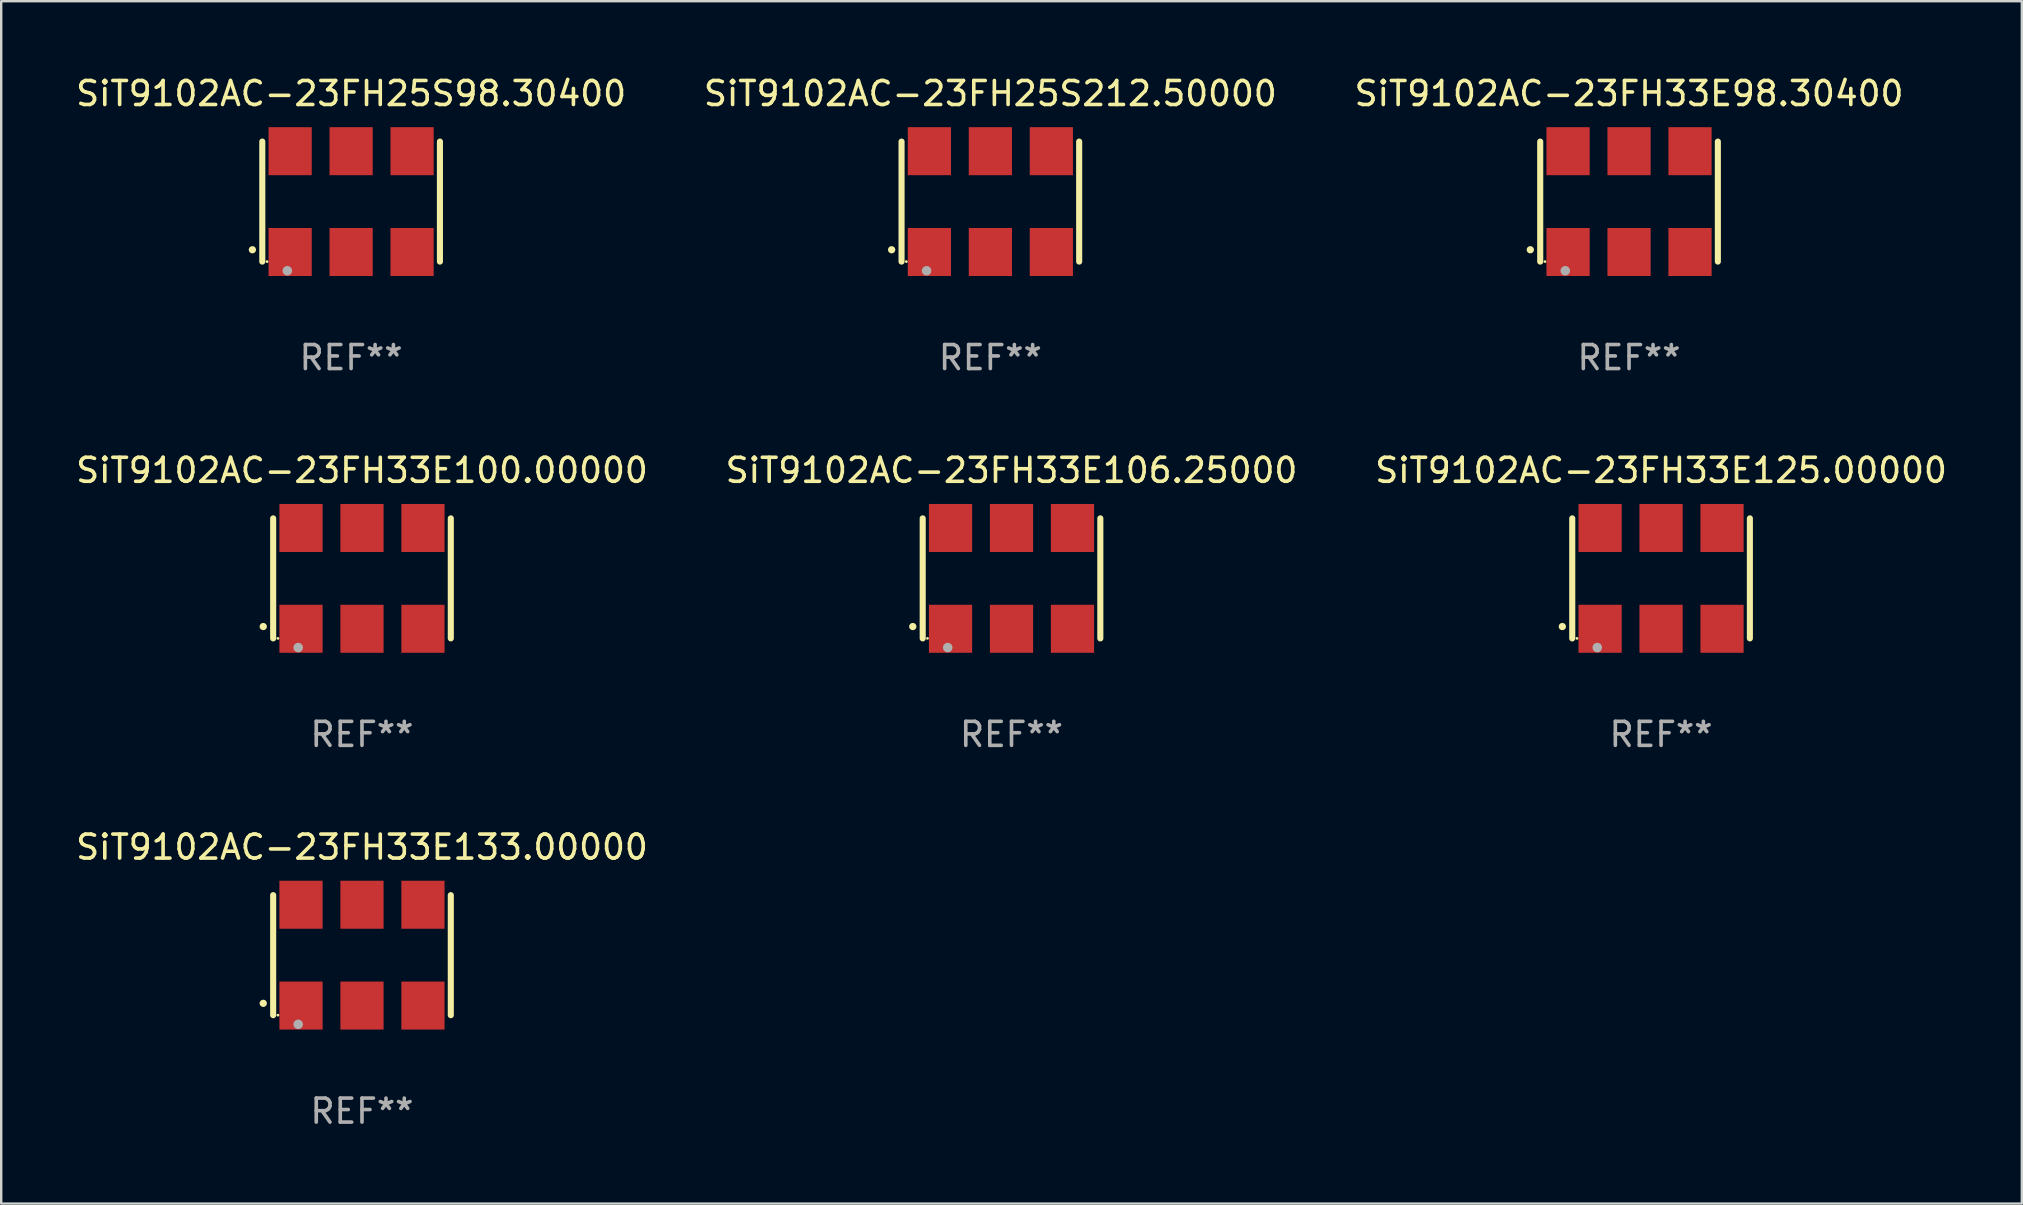
<source format=kicad_pcb>
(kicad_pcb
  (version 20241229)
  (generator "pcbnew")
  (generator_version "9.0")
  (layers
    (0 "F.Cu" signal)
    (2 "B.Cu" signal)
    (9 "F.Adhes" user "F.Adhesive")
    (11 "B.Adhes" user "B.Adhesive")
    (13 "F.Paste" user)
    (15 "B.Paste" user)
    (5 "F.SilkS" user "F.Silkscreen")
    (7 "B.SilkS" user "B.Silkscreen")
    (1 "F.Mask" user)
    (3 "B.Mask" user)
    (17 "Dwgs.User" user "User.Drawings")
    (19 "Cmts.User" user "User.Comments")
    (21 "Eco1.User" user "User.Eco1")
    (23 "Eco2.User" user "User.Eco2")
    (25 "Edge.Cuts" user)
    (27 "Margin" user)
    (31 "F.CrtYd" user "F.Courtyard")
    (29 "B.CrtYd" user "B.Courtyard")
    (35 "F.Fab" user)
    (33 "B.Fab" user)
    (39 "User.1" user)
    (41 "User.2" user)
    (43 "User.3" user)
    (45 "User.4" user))
  (footprint "SiT9102AC-23FH33E125.00000"
    (layer "F.Cu")
    (at 66.149 21.045)
    (property "Reference" "SiT9102AC-23FH33E125.00000" (at 0 -4.5 0) (layer "F.SilkS") (effects (font (size 1 1) (thickness 0.15))))
    (attr through_hole)
    (fp_line (start -3.7 -2.5) (end -3.7 2.5) (stroke (width 0.254) (type solid)) (layer "F.SilkS"))
    (fp_line (start 3.7 -2.5) (end 3.7 2.5) (stroke (width 0.254) (type solid)) (layer "F.SilkS"))
    (fp_arc (start -4.114415 2.006604) (mid -4.113145 2.006599) (end -4.111875 2.006604) (stroke (width 0.3) (type solid)) (layer "F.SilkS"))
    (fp_circle (center -3.502 2.5) (end -3.472 2.5) (stroke (width 0.06) (type solid)) (fill no) (layer "F.SilkS"))
    (fp_circle (center -2.657 2.882) (end -2.557 2.882) (stroke (width 0.2) (type solid)) (fill no) (layer "F.Fab"))
    (fp_text user "REF**" (at 0 6.5 0) (layer "F.Fab") (effects (font (size 1 1) (thickness 0.15))))
    (pad "1" smd rect (at -2.54 2.1) (size 1.8 2) (layers "F.Cu" "F.Mask" "F.Paste"))
    (pad "2" smd rect (at 0.000394 2.1) (size 1.8 2) (layers "F.Cu" "F.Mask" "F.Paste"))
    (pad "3" smd rect (at 2.54 2.1) (size 1.8 2) (layers "F.Cu" "F.Mask" "F.Paste"))
    (pad "4" smd rect (at 2.54 -2.1) (size 1.8 2) (layers "F.Cu" "F.Mask" "F.Paste"))
    (pad "5" smd rect (at 0.000394 -2.1) (size 1.8 2) (layers "F.Cu" "F.Mask" "F.Paste"))
    (pad "6" smd rect (at -2.54 -2.1) (size 1.8 2) (layers "F.Cu" "F.Mask" "F.Paste")))
  (footprint "SiT9102AC-23FH25S212.50000"
    (layer "F.Cu")
    (at 38.208 5.348)
    (property "Reference" "SiT9102AC-23FH25S212.50000" (at 0 -4.5 0) (layer "F.SilkS") (effects (font (size 1 1) (thickness 0.15))))
    (attr through_hole)
    (fp_line (start -3.7 -2.5) (end -3.7 2.5) (stroke (width 0.254) (type solid)) (layer "F.SilkS"))
    (fp_line (start 3.7 -2.5) (end 3.7 2.5) (stroke (width 0.254) (type solid)) (layer "F.SilkS"))
    (fp_arc (start -4.114415 2.006604) (mid -4.113145 2.006599) (end -4.111875 2.006604) (stroke (width 0.3) (type solid)) (layer "F.SilkS"))
    (fp_circle (center -3.502 2.5) (end -3.472 2.5) (stroke (width 0.06) (type solid)) (fill no) (layer "F.SilkS"))
    (fp_circle (center -2.657 2.882) (end -2.557 2.882) (stroke (width 0.2) (type solid)) (fill no) (layer "F.Fab"))
    (fp_text user "REF**" (at 0 6.5 0) (layer "F.Fab") (effects (font (size 1 1) (thickness 0.15))))
    (pad "1" smd rect (at -2.54 2.1) (size 1.8 2) (layers "F.Cu" "F.Mask" "F.Paste"))
    (pad "2" smd rect (at 0.000394 2.1) (size 1.8 2) (layers "F.Cu" "F.Mask" "F.Paste"))
    (pad "3" smd rect (at 2.54 2.1) (size 1.8 2) (layers "F.Cu" "F.Mask" "F.Paste"))
    (pad "4" smd rect (at 2.54 -2.1) (size 1.8 2) (layers "F.Cu" "F.Mask" "F.Paste"))
    (pad "5" smd rect (at 0.000394 -2.1) (size 1.8 2) (layers "F.Cu" "F.Mask" "F.Paste"))
    (pad "6" smd rect (at -2.54 -2.1) (size 1.8 2) (layers "F.Cu" "F.Mask" "F.Paste")))
  (footprint "SiT9102AC-23FH33E133.00000"
    (layer "F.Cu")
    (at 12.03 36.741)
    (property "Reference" "SiT9102AC-23FH33E133.00000" (at 0 -4.5 0) (layer "F.SilkS") (effects (font (size 1 1) (thickness 0.15))))
    (attr through_hole)
    (fp_line (start -3.7 -2.5) (end -3.7 2.5) (stroke (width 0.254) (type solid)) (layer "F.SilkS"))
    (fp_line (start 3.7 -2.5) (end 3.7 2.5) (stroke (width 0.254) (type solid)) (layer "F.SilkS"))
    (fp_arc (start -4.114415 2.006604) (mid -4.113145 2.006599) (end -4.111875 2.006604) (stroke (width 0.3) (type solid)) (layer "F.SilkS"))
    (fp_circle (center -3.502 2.5) (end -3.472 2.5) (stroke (width 0.06) (type solid)) (fill no) (layer "F.SilkS"))
    (fp_circle (center -2.657 2.882) (end -2.557 2.882) (stroke (width 0.2) (type solid)) (fill no) (layer "F.Fab"))
    (fp_text user "REF**" (at 0 6.5 0) (layer "F.Fab") (effects (font (size 1 1) (thickness 0.15))))
    (pad "1" smd rect (at -2.54 2.1) (size 1.8 2) (layers "F.Cu" "F.Mask" "F.Paste"))
    (pad "2" smd rect (at 0.000394 2.1) (size 1.8 2) (layers "F.Cu" "F.Mask" "F.Paste"))
    (pad "3" smd rect (at 2.54 2.1) (size 1.8 2) (layers "F.Cu" "F.Mask" "F.Paste"))
    (pad "4" smd rect (at 2.54 -2.1) (size 1.8 2) (layers "F.Cu" "F.Mask" "F.Paste"))
    (pad "5" smd rect (at 0.000394 -2.1) (size 1.8 2) (layers "F.Cu" "F.Mask" "F.Paste"))
    (pad "6" smd rect (at -2.54 -2.1) (size 1.8 2) (layers "F.Cu" "F.Mask" "F.Paste")))
  (footprint "SiT9102AC-23FH33E100.00000"
    (layer "F.Cu")
    (at 12.03 21.045)
    (property "Reference" "SiT9102AC-23FH33E100.00000" (at 0 -4.5 0) (layer "F.SilkS") (effects (font (size 1 1) (thickness 0.15))))
    (attr through_hole)
    (fp_line (start -3.7 -2.5) (end -3.7 2.5) (stroke (width 0.254) (type solid)) (layer "F.SilkS"))
    (fp_line (start 3.7 -2.5) (end 3.7 2.5) (stroke (width 0.254) (type solid)) (layer "F.SilkS"))
    (fp_arc (start -4.114415 2.006604) (mid -4.113145 2.006599) (end -4.111875 2.006604) (stroke (width 0.3) (type solid)) (layer "F.SilkS"))
    (fp_circle (center -3.502 2.5) (end -3.472 2.5) (stroke (width 0.06) (type solid)) (fill no) (layer "F.SilkS"))
    (fp_circle (center -2.657 2.882) (end -2.557 2.882) (stroke (width 0.2) (type solid)) (fill no) (layer "F.Fab"))
    (fp_text user "REF**" (at 0 6.5 0) (layer "F.Fab") (effects (font (size 1 1) (thickness 0.15))))
    (pad "1" smd rect (at -2.54 2.1) (size 1.8 2) (layers "F.Cu" "F.Mask" "F.Paste"))
    (pad "2" smd rect (at 0.000394 2.1) (size 1.8 2) (layers "F.Cu" "F.Mask" "F.Paste"))
    (pad "3" smd rect (at 2.54 2.1) (size 1.8 2) (layers "F.Cu" "F.Mask" "F.Paste"))
    (pad "4" smd rect (at 2.54 -2.1) (size 1.8 2) (layers "F.Cu" "F.Mask" "F.Paste"))
    (pad "5" smd rect (at 0.000394 -2.1) (size 1.8 2) (layers "F.Cu" "F.Mask" "F.Paste"))
    (pad "6" smd rect (at -2.54 -2.1) (size 1.8 2) (layers "F.Cu" "F.Mask" "F.Paste")))
  (footprint "SiT9102AC-23FH25S98.30400"
    (layer "F.Cu")
    (at 11.577 5.348)
    (property "Reference" "SiT9102AC-23FH25S98.30400" (at 0 -4.5 0) (layer "F.SilkS") (effects (font (size 1 1) (thickness 0.15))))
    (attr through_hole)
    (fp_line (start -3.7 -2.5) (end -3.7 2.5) (stroke (width 0.254) (type solid)) (layer "F.SilkS"))
    (fp_line (start 3.7 -2.5) (end 3.7 2.5) (stroke (width 0.254) (type solid)) (layer "F.SilkS"))
    (fp_arc (start -4.114415 2.006604) (mid -4.113145 2.006599) (end -4.111875 2.006604) (stroke (width 0.3) (type solid)) (layer "F.SilkS"))
    (fp_circle (center -3.502 2.5) (end -3.472 2.5) (stroke (width 0.06) (type solid)) (fill no) (layer "F.SilkS"))
    (fp_circle (center -2.657 2.882) (end -2.557 2.882) (stroke (width 0.2) (type solid)) (fill no) (layer "F.Fab"))
    (fp_text user "REF**" (at 0 6.5 0) (layer "F.Fab") (effects (font (size 1 1) (thickness 0.15))))
    (pad "1" smd rect (at -2.54 2.1) (size 1.8 2) (layers "F.Cu" "F.Mask" "F.Paste"))
    (pad "2" smd rect (at 0.000394 2.1) (size 1.8 2) (layers "F.Cu" "F.Mask" "F.Paste"))
    (pad "3" smd rect (at 2.54 2.1) (size 1.8 2) (layers "F.Cu" "F.Mask" "F.Paste"))
    (pad "4" smd rect (at 2.54 -2.1) (size 1.8 2) (layers "F.Cu" "F.Mask" "F.Paste"))
    (pad "5" smd rect (at 0.000394 -2.1) (size 1.8 2) (layers "F.Cu" "F.Mask" "F.Paste"))
    (pad "6" smd rect (at -2.54 -2.1) (size 1.8 2) (layers "F.Cu" "F.Mask" "F.Paste")))
  (footprint "SiT9102AC-23FH33E98.30400"
    (layer "F.Cu")
    (at 64.815 5.348)
    (property "Reference" "SiT9102AC-23FH33E98.30400" (at 0 -4.5 0) (layer "F.SilkS") (effects (font (size 1 1) (thickness 0.15))))
    (attr through_hole)
    (fp_line (start -3.7 -2.5) (end -3.7 2.5) (stroke (width 0.254) (type solid)) (layer "F.SilkS"))
    (fp_line (start 3.7 -2.5) (end 3.7 2.5) (stroke (width 0.254) (type solid)) (layer "F.SilkS"))
    (fp_arc (start -4.114415 2.006604) (mid -4.113145 2.006599) (end -4.111875 2.006604) (stroke (width 0.3) (type solid)) (layer "F.SilkS"))
    (fp_circle (center -3.502 2.5) (end -3.472 2.5) (stroke (width 0.06) (type solid)) (fill no) (layer "F.SilkS"))
    (fp_circle (center -2.657 2.882) (end -2.557 2.882) (stroke (width 0.2) (type solid)) (fill no) (layer "F.Fab"))
    (fp_text user "REF**" (at 0 6.5 0) (layer "F.Fab") (effects (font (size 1 1) (thickness 0.15))))
    (pad "1" smd rect (at -2.54 2.1) (size 1.8 2) (layers "F.Cu" "F.Mask" "F.Paste"))
    (pad "2" smd rect (at 0.000394 2.1) (size 1.8 2) (layers "F.Cu" "F.Mask" "F.Paste"))
    (pad "3" smd rect (at 2.54 2.1) (size 1.8 2) (layers "F.Cu" "F.Mask" "F.Paste"))
    (pad "4" smd rect (at 2.54 -2.1) (size 1.8 2) (layers "F.Cu" "F.Mask" "F.Paste"))
    (pad "5" smd rect (at 0.000394 -2.1) (size 1.8 2) (layers "F.Cu" "F.Mask" "F.Paste"))
    (pad "6" smd rect (at -2.54 -2.1) (size 1.8 2) (layers "F.Cu" "F.Mask" "F.Paste")))
  (footprint "SiT9102AC-23FH33E106.25000"
    (layer "F.Cu")
    (at 39.089 21.045)
    (property "Reference" "SiT9102AC-23FH33E106.25000" (at 0 -4.5 0) (layer "F.SilkS") (effects (font (size 1 1) (thickness 0.15))))
    (attr through_hole)
    (fp_line (start -3.7 -2.5) (end -3.7 2.5) (stroke (width 0.254) (type solid)) (layer "F.SilkS"))
    (fp_line (start 3.7 -2.5) (end 3.7 2.5) (stroke (width 0.254) (type solid)) (layer "F.SilkS"))
    (fp_arc (start -4.114415 2.006604) (mid -4.113145 2.006599) (end -4.111875 2.006604) (stroke (width 0.3) (type solid)) (layer "F.SilkS"))
    (fp_circle (center -3.502 2.5) (end -3.472 2.5) (stroke (width 0.06) (type solid)) (fill no) (layer "F.SilkS"))
    (fp_circle (center -2.657 2.882) (end -2.557 2.882) (stroke (width 0.2) (type solid)) (fill no) (layer "F.Fab"))
    (fp_text user "REF**" (at 0 6.5 0) (layer "F.Fab") (effects (font (size 1 1) (thickness 0.15))))
    (pad "1" smd rect (at -2.54 2.1) (size 1.8 2) (layers "F.Cu" "F.Mask" "F.Paste"))
    (pad "2" smd rect (at 0.000394 2.1) (size 1.8 2) (layers "F.Cu" "F.Mask" "F.Paste"))
    (pad "3" smd rect (at 2.54 2.1) (size 1.8 2) (layers "F.Cu" "F.Mask" "F.Paste"))
    (pad "4" smd rect (at 2.54 -2.1) (size 1.8 2) (layers "F.Cu" "F.Mask" "F.Paste"))
    (pad "5" smd rect (at 0.000394 -2.1) (size 1.8 2) (layers "F.Cu" "F.Mask" "F.Paste"))
    (pad "6" smd rect (at -2.54 -2.1) (size 1.8 2) (layers "F.Cu" "F.Mask" "F.Paste")))
  (gr_rect
    (start -3 -3)
    (end 81.179 47.09)
    (stroke (width 0.1) (type default))
    (fill no)
    (layer "Edge.Cuts")))
</source>
